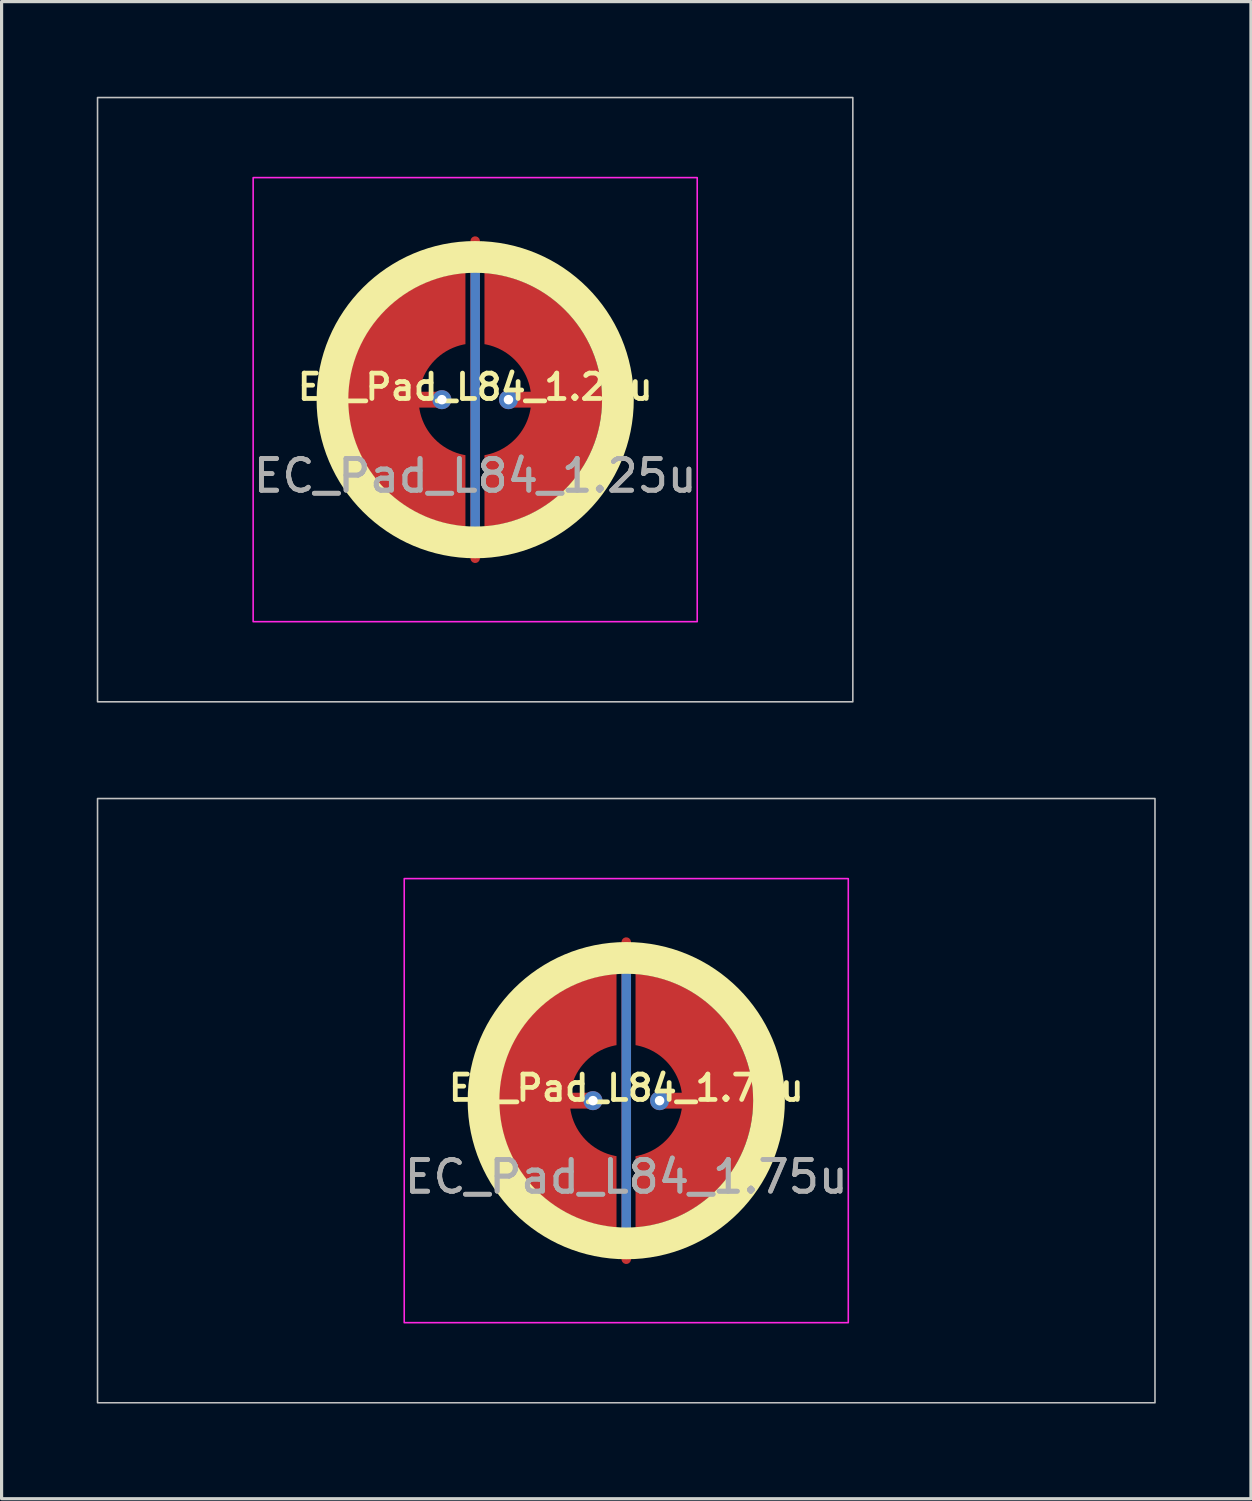
<source format=kicad_pcb>
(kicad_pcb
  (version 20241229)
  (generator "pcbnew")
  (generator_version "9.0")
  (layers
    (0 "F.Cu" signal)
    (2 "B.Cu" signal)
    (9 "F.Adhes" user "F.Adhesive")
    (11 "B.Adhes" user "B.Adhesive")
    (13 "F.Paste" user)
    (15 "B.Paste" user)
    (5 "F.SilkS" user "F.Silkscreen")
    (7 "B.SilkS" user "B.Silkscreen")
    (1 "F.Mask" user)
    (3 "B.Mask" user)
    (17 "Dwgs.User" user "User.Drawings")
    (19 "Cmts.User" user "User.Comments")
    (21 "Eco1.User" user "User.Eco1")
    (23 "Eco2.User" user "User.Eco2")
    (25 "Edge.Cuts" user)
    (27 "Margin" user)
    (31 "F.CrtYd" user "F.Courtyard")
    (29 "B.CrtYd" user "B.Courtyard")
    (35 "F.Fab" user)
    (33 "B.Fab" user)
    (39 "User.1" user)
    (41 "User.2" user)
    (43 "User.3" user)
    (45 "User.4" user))
  (footprint "EC_Pad_L84_1.25u"
    (layer "F.Cu")
    (at 11.931 9.55)
    (property "Reference" "EC_Pad_L84_1.25u" (at 0 -0.4 0) (unlocked yes) (layer "F.SilkS") (effects (font (size 0.8 0.8) (thickness 0.15))))
    (attr smd exclude_from_pos_files exclude_from_bom)
    (fp_circle (center 0 0) (end 4.5 0) (stroke (width 1) (type solid)) (fill no) (layer "F.SilkS"))
    (fp_rect (start -11.906 -9.525) (end 11.906 9.525) (stroke (width 0.05) (type solid)) (fill no) (layer "Dwgs.User"))
    (fp_rect (start -7.75 -7.75) (end 7.75 7.75) (stroke (width 0.05) (type solid)) (fill no) (layer "Eco1.User"))
    (fp_line (start -7 -6) (end -7 6) (stroke (width 0.1) (type default)) (layer "Eco2.User"))
    (fp_line (start -7 -6) (end -6 -7) (stroke (width 0.1) (type default)) (layer "Eco2.User"))
    (fp_line (start -7 6) (end -6 7) (stroke (width 0.1) (type default)) (layer "Eco2.User"))
    (fp_line (start -6 -7) (end 6 -7) (stroke (width 0.1) (type default)) (layer "Eco2.User"))
    (fp_line (start -6 7) (end 6 7) (stroke (width 0.1) (type default)) (layer "Eco2.User"))
    (fp_line (start 6 -7) (end 7 -6) (stroke (width 0.1) (type default)) (layer "Eco2.User"))
    (fp_line (start 6 7) (end 7 6) (stroke (width 0.1) (type default)) (layer "Eco2.User"))
    (fp_line (start 7 -6) (end 7 6) (stroke (width 0.1) (type default)) (layer "Eco2.User"))
    (fp_rect (start -7 -7) (end 7 7) (stroke (width 0.05) (type default)) (fill no) (layer "F.CrtYd"))
    (fp_text user "${REFERENCE}" (at 0 2.4 0) (unlocked yes) (layer "F.Fab") (effects (font (size 1 1) (thickness 0.15))))
    (fp_text user "${REFERENCE}" (at 0 2.4 0) (unlocked yes) (layer "F.Fab") (effects (font (size 1 1) (thickness 0.15))))
    (pad "1" smd custom (at -2.75 0) (size 1 1) (layers "F.Cu") (options (anchor circle)) (primitives (gr_poly (pts (arc (start 2.442694 -1.749464) (mid 1.469813 -1.237093) (end 0.985388 -0.25)) (arc (start 1.668938 -0.25) (mid 1.844835 -0.177141) (end 1.917694 -0.001244)) (arc (start 1.917694 0.001244) (mid 1.844835 0.177141) (end 1.668938 0.25)) (arc (start 0.985388 0.25) (mid 1.469813 1.237093) (end 2.442694 1.749464)) (arc (start 2.442694 3.998762) (mid -1.267306 0) (end 2.442694 -3.998762))) (width 0) (fill yes))))
    (pad "1" thru_hole circle (at -1.05 0) (size 0.6 0.6) (drill 0.3) (layers "*.Cu"))
    (pad "2" thru_hole circle (at 1.05 0) (size 0.6 0.6) (drill 0.3) (layers "*.Cu"))
    (pad "2" smd custom (at 2.75 0) (size 1 1) (layers "F.Cu") (options (anchor circle)) (primitives (gr_poly (pts (arc (start -2.457306 3.998762) (mid 1.252694 0) (end -2.457306 -3.998762)) (arc (start -2.457306 -1.749464) (mid -1.484425 -1.237093) (end -1 -0.25)) (arc (start -1.68355 -0.25) (mid -1.859446 -0.17714) (end -1.932306 -0.001244)) (arc (start -1.932306 0.001244) (mid -1.859446 0.17714) (end -1.68355 0.25)) (arc (start -1 0.25) (mid -1.484425 1.237093) (end -2.457306 1.749464))) (width 0) (fill yes))))
    (pad "3" smd custom (at 0 0) (size 0.25 0.25) (layers "F.Cu") (options (anchor rect)) (primitives (gr_line (start 0 -5) (end 0 5) (width 0.3))))
    (pad "3" smd custom (at 0 0) (size 0.25 0.25) (layers "B.Cu") (options (anchor rect)) (primitives (gr_line (start 0 -4.5) (end 0 4.5) (width 0.3))))
    (zone (net_name "") (layer "F.Cu") (hatch edge 0.5) (connect_pads) (min_thickness 0.25) (filled_areas_thickness no) (keepout (tracks allowed) (vias allowed) (pads allowed) (copperpour not_allowed) (footprints allowed)) (placement (enabled no)) (fill) (polygon (pts (xy 16.926 9.332) (xy 16.888 8.897) (xy 16.813 8.468) (xy 16.7 8.046) (xy 16.551 7.637) (xy 16.366 7.241) (xy 16.148 6.864) (xy 15.898 6.506) (xy 15.618 6.172) (xy 15.309 5.864) (xy 14.975 5.583) (xy 14.618 5.333) (xy 14.24 5.115) (xy 13.845 4.931) (xy 13.435 4.781) (xy 13.013 4.669) (xy 12.584 4.593) (xy 12.149 4.555) (xy 11.713 4.555) (xy 11.279 4.593) (xy 10.849 4.669) (xy 10.428 4.781) (xy 10.018 4.931) (xy 9.623 5.115) (xy 9.245 5.333) (xy 8.887 5.583) (xy 8.553 5.864) (xy 8.245 6.172) (xy 7.964 6.506) (xy 7.714 6.864) (xy 7.496 7.241) (xy 7.312 7.637) (xy 7.163 8.046) (xy 7.05 8.468) (xy 6.974 8.897) (xy 6.936 9.332) (xy 6.936 9.768) (xy 6.974 10.203) (xy 7.05 10.632) (xy 7.163 11.054) (xy 7.312 11.463) (xy 7.496 11.859) (xy 7.714 12.236) (xy 7.964 12.594) (xy 8.245 12.928) (xy 8.553 13.236) (xy 8.887 13.517) (xy 9.245 13.767) (xy 9.623 13.985) (xy 10.018 14.169) (xy 10.428 14.319) (xy 10.849 14.431) (xy 11.279 14.507) (xy 11.713 14.545) (xy 12.149 14.545) (xy 12.584 14.507) (xy 13.013 14.431) (xy 13.435 14.319) (xy 13.845 14.169) (xy 14.24 13.985) (xy 14.618 13.767) (xy 14.975 13.517) (xy 15.309 13.236) (xy 15.618 12.928) (xy 15.898 12.594) (xy 16.148 12.236) (xy 16.366 11.859) (xy 16.551 11.463) (xy 16.7 11.054) (xy 16.813 10.632) (xy 16.888 10.203) (xy 16.926 9.768))))
    (zone (net_name "") (layer "B.Cu") (hatch edge 0.5) (connect_pads) (min_thickness 0.25) (filled_areas_thickness no) (keepout (tracks allowed) (vias allowed) (pads allowed) (copperpour not_allowed) (footprints allowed)) (placement (enabled no)) (fill) (polygon (pts (xy 16.427 9.354) (xy 16.393 8.963) (xy 16.325 8.576) (xy 16.223 8.197) (xy 16.089 7.828) (xy 15.923 7.472) (xy 15.727 7.132) (xy 15.501 6.811) (xy 15.249 6.51) (xy 14.971 6.232) (xy 14.671 5.98) (xy 14.349 5.755) (xy 14.009 5.558) (xy 13.653 5.393) (xy 13.284 5.258) (xy 12.905 5.157) (xy 12.519 5.088) (xy 12.128 5.054) (xy 11.735 5.054) (xy 11.344 5.088) (xy 10.957 5.157) (xy 10.578 5.258) (xy 10.209 5.393) (xy 9.853 5.558) (xy 9.513 5.755) (xy 9.192 5.98) (xy 8.891 6.232) (xy 8.614 6.51) (xy 8.361 6.811) (xy 8.136 7.132) (xy 7.94 7.472) (xy 7.774 7.828) (xy 7.64 8.197) (xy 7.538 8.576) (xy 7.47 8.963) (xy 7.436 9.354) (xy 7.436 9.746) (xy 7.47 10.137) (xy 7.538 10.524) (xy 7.64 10.903) (xy 7.774 11.272) (xy 7.94 11.628) (xy 8.136 11.968) (xy 8.361 12.289) (xy 8.614 12.59) (xy 8.891 12.868) (xy 9.192 13.12) (xy 9.513 13.345) (xy 9.853 13.542) (xy 10.209 13.707) (xy 10.578 13.842) (xy 10.957 13.943) (xy 11.344 14.012) (xy 11.735 14.046) (xy 12.128 14.046) (xy 12.519 14.012) (xy 12.905 13.943) (xy 13.284 13.842) (xy 13.653 13.707) (xy 14.009 13.542) (xy 14.349 13.345) (xy 14.671 13.12) (xy 14.971 12.868) (xy 15.249 12.59) (xy 15.501 12.289) (xy 15.727 11.968) (xy 15.923 11.628) (xy 16.089 11.272) (xy 16.223 10.903) (xy 16.325 10.524) (xy 16.393 10.137) (xy 16.427 9.746)))))
  (footprint "EC_Pad_L84_1.75u"
    (layer "F.Cu")
    (at 16.694 31.65)
    (property "Reference" "EC_Pad_L84_1.75u" (at 0 -0.4 0) (unlocked yes) (layer "F.SilkS") (effects (font (size 0.8 0.8) (thickness 0.15))))
    (attr smd exclude_from_pos_files exclude_from_bom)
    (fp_circle (center 0 0) (end 4.5 0) (stroke (width 1) (type solid)) (fill no) (layer "F.SilkS"))
    (fp_rect (start -16.669 -9.525) (end 16.669 9.525) (stroke (width 0.05) (type solid)) (fill no) (layer "Dwgs.User"))
    (fp_rect (start -7.75 -7.75) (end 7.75 7.75) (stroke (width 0.05) (type solid)) (fill no) (layer "Eco1.User"))
    (fp_line (start -7 -6) (end -7 6) (stroke (width 0.1) (type default)) (layer "Eco2.User"))
    (fp_line (start -7 -6) (end -6 -7) (stroke (width 0.1) (type default)) (layer "Eco2.User"))
    (fp_line (start -7 6) (end -6 7) (stroke (width 0.1) (type default)) (layer "Eco2.User"))
    (fp_line (start -6 -7) (end 6 -7) (stroke (width 0.1) (type default)) (layer "Eco2.User"))
    (fp_line (start -6 7) (end 6 7) (stroke (width 0.1) (type default)) (layer "Eco2.User"))
    (fp_line (start 6 -7) (end 7 -6) (stroke (width 0.1) (type default)) (layer "Eco2.User"))
    (fp_line (start 6 7) (end 7 6) (stroke (width 0.1) (type default)) (layer "Eco2.User"))
    (fp_line (start 7 -6) (end 7 6) (stroke (width 0.1) (type default)) (layer "Eco2.User"))
    (fp_rect (start -7 -7) (end 7 7) (stroke (width 0.05) (type default)) (fill no) (layer "F.CrtYd"))
    (fp_text user "${REFERENCE}" (at 0 2.4 0) (unlocked yes) (layer "F.Fab") (effects (font (size 1 1) (thickness 0.15))))
    (fp_text user "${REFERENCE}" (at 0 2.4 0) (unlocked yes) (layer "F.Fab") (effects (font (size 1 1) (thickness 0.15))))
    (pad "1" smd custom (at -2.75 0) (size 1 1) (layers "F.Cu") (options (anchor circle)) (primitives (gr_poly (pts (arc (start 2.442694 -1.749464) (mid 1.469813 -1.237093) (end 0.985388 -0.25)) (arc (start 1.668938 -0.25) (mid 1.844835 -0.177141) (end 1.917694 -0.001244)) (arc (start 1.917694 0.001244) (mid 1.844835 0.177141) (end 1.668938 0.25)) (arc (start 0.985388 0.25) (mid 1.469813 1.237093) (end 2.442694 1.749464)) (arc (start 2.442694 3.998762) (mid -1.267306 0) (end 2.442694 -3.998762))) (width 0) (fill yes))))
    (pad "1" thru_hole circle (at -1.05 0) (size 0.6 0.6) (drill 0.3) (layers "*.Cu"))
    (pad "2" thru_hole circle (at 1.05 0) (size 0.6 0.6) (drill 0.3) (layers "*.Cu"))
    (pad "2" smd custom (at 2.75 0) (size 1 1) (layers "F.Cu") (options (anchor circle)) (primitives (gr_poly (pts (arc (start -2.457306 3.998762) (mid 1.252694 0) (end -2.457306 -3.998762)) (arc (start -2.457306 -1.749464) (mid -1.484425 -1.237093) (end -1 -0.25)) (arc (start -1.68355 -0.25) (mid -1.859446 -0.17714) (end -1.932306 -0.001244)) (arc (start -1.932306 0.001244) (mid -1.859446 0.17714) (end -1.68355 0.25)) (arc (start -1 0.25) (mid -1.484425 1.237093) (end -2.457306 1.749464))) (width 0) (fill yes))))
    (pad "3" smd custom (at 0 0) (size 0.25 0.25) (layers "F.Cu") (options (anchor rect)) (primitives (gr_line (start 0 -5) (end 0 5) (width 0.3))))
    (pad "3" smd custom (at 0 0) (size 0.25 0.25) (layers "B.Cu") (options (anchor rect)) (primitives (gr_line (start 0 -4.5) (end 0 4.5) (width 0.3))))
    (zone (net_name "") (layer "F.Cu") (hatch edge 0.5) (connect_pads) (min_thickness 0.25) (filled_areas_thickness no) (keepout (tracks allowed) (vias allowed) (pads allowed) (copperpour not_allowed) (footprints allowed)) (placement (enabled no)) (fill) (polygon (pts (xy 21.689 31.432) (xy 21.651 30.997) (xy 21.575 30.568) (xy 21.462 30.146) (xy 21.313 29.737) (xy 21.129 29.341) (xy 20.911 28.964) (xy 20.661 28.606) (xy 20.38 28.272) (xy 20.072 27.964) (xy 19.738 27.683) (xy 19.38 27.433) (xy 19.002 27.215) (xy 18.607 27.031) (xy 18.197 26.881) (xy 17.776 26.769) (xy 17.346 26.693) (xy 16.912 26.655) (xy 16.476 26.655) (xy 16.041 26.693) (xy 15.612 26.769) (xy 15.19 26.881) (xy 14.78 27.031) (xy 14.385 27.215) (xy 14.007 27.433) (xy 13.65 27.683) (xy 13.316 27.964) (xy 13.007 28.272) (xy 12.727 28.606) (xy 12.477 28.964) (xy 12.259 29.341) (xy 12.074 29.737) (xy 11.925 30.146) (xy 11.812 30.568) (xy 11.737 30.997) (xy 11.699 31.432) (xy 11.699 31.868) (xy 11.737 32.303) (xy 11.812 32.732) (xy 11.925 33.154) (xy 12.074 33.563) (xy 12.259 33.959) (xy 12.477 34.336) (xy 12.727 34.694) (xy 13.007 35.028) (xy 13.316 35.336) (xy 13.65 35.617) (xy 14.007 35.867) (xy 14.385 36.085) (xy 14.78 36.269) (xy 15.19 36.419) (xy 15.612 36.531) (xy 16.041 36.607) (xy 16.476 36.645) (xy 16.912 36.645) (xy 17.346 36.607) (xy 17.776 36.531) (xy 18.197 36.419) (xy 18.607 36.269) (xy 19.002 36.085) (xy 19.38 35.867) (xy 19.738 35.617) (xy 20.072 35.336) (xy 20.38 35.028) (xy 20.661 34.694) (xy 20.911 34.336) (xy 21.129 33.959) (xy 21.313 33.563) (xy 21.462 33.154) (xy 21.575 32.732) (xy 21.651 32.303) (xy 21.689 31.868))))
    (zone (net_name "") (layer "B.Cu") (hatch edge 0.5) (connect_pads) (min_thickness 0.25) (filled_areas_thickness no) (keepout (tracks allowed) (vias allowed) (pads allowed) (copperpour not_allowed) (footprints allowed)) (placement (enabled no)) (fill) (polygon (pts (xy 21.189 31.454) (xy 21.155 31.063) (xy 21.087 30.676) (xy 20.985 30.297) (xy 20.851 29.928) (xy 20.685 29.572) (xy 20.489 29.232) (xy 20.264 28.911) (xy 20.011 28.61) (xy 19.734 28.332) (xy 19.433 28.08) (xy 19.112 27.855) (xy 18.772 27.658) (xy 18.416 27.493) (xy 18.047 27.358) (xy 17.668 27.257) (xy 17.281 27.188) (xy 16.89 27.154) (xy 16.497 27.154) (xy 16.106 27.188) (xy 15.72 27.257) (xy 15.341 27.358) (xy 14.972 27.493) (xy 14.616 27.658) (xy 14.276 27.855) (xy 13.954 28.08) (xy 13.654 28.332) (xy 13.376 28.61) (xy 13.124 28.911) (xy 12.898 29.232) (xy 12.702 29.572) (xy 12.536 29.928) (xy 12.402 30.297) (xy 12.3 30.676) (xy 12.232 31.063) (xy 12.198 31.454) (xy 12.198 31.846) (xy 12.232 32.237) (xy 12.3 32.624) (xy 12.402 33.003) (xy 12.536 33.372) (xy 12.702 33.728) (xy 12.898 34.068) (xy 13.124 34.389) (xy 13.376 34.69) (xy 13.654 34.968) (xy 13.954 35.22) (xy 14.276 35.445) (xy 14.616 35.642) (xy 14.972 35.807) (xy 15.341 35.942) (xy 15.72 36.043) (xy 16.106 36.112) (xy 16.497 36.146) (xy 16.89 36.146) (xy 17.281 36.112) (xy 17.668 36.043) (xy 18.047 35.942) (xy 18.416 35.807) (xy 18.772 35.642) (xy 19.112 35.445) (xy 19.433 35.22) (xy 19.734 34.968) (xy 20.011 34.69) (xy 20.264 34.389) (xy 20.489 34.068) (xy 20.685 33.728) (xy 20.851 33.372) (xy 20.985 33.003) (xy 21.087 32.624) (xy 21.155 32.237) (xy 21.189 31.846)))))
  (gr_rect
    (start -3 -3)
    (end 36.388 44.2)
    (stroke (width 0.1) (type default))
    (fill no)
    (layer "Edge.Cuts")))
</source>
